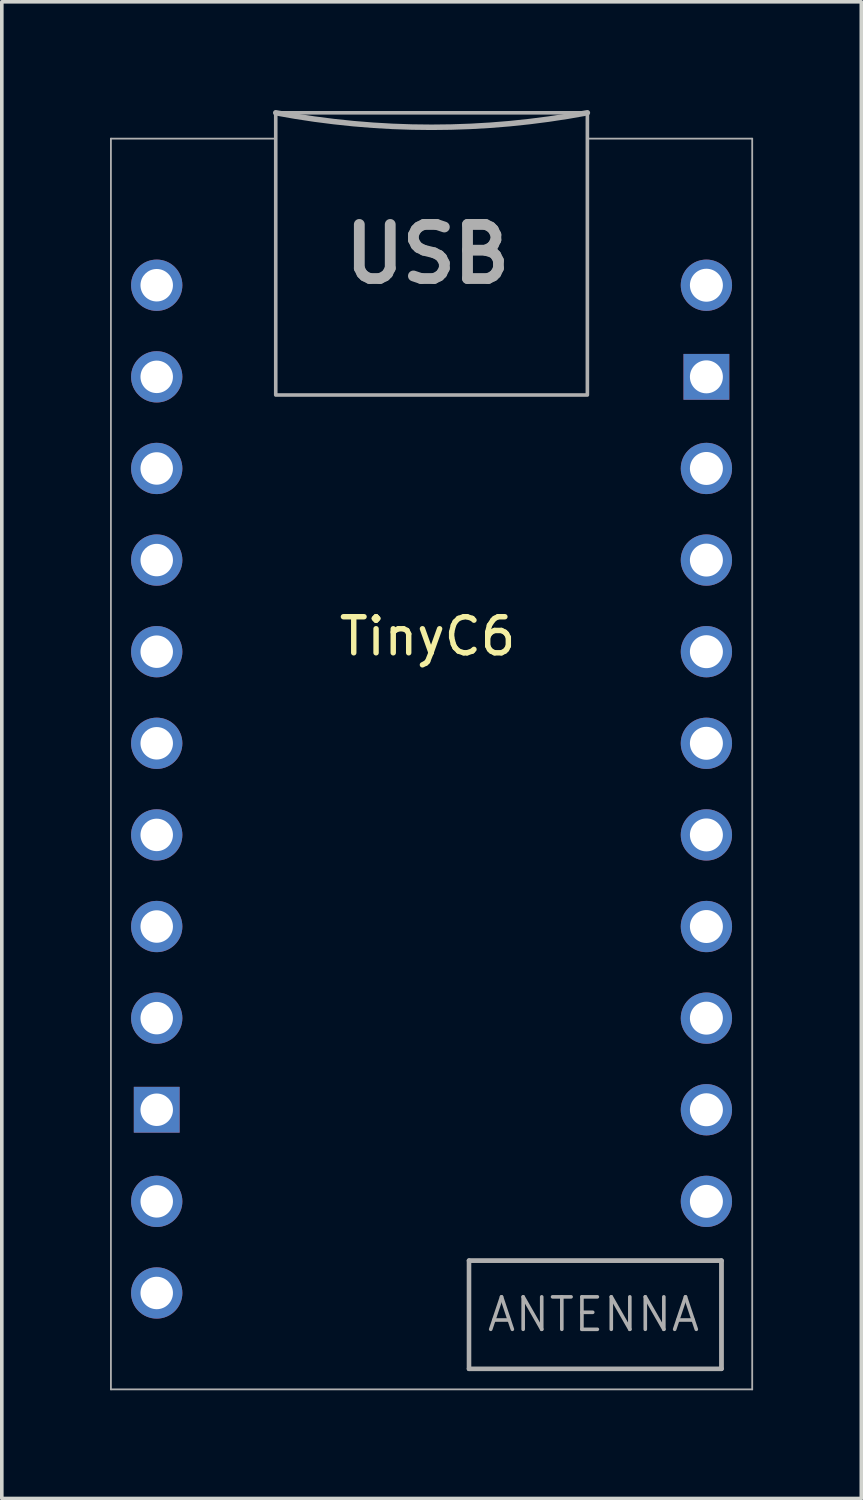
<source format=kicad_pcb>
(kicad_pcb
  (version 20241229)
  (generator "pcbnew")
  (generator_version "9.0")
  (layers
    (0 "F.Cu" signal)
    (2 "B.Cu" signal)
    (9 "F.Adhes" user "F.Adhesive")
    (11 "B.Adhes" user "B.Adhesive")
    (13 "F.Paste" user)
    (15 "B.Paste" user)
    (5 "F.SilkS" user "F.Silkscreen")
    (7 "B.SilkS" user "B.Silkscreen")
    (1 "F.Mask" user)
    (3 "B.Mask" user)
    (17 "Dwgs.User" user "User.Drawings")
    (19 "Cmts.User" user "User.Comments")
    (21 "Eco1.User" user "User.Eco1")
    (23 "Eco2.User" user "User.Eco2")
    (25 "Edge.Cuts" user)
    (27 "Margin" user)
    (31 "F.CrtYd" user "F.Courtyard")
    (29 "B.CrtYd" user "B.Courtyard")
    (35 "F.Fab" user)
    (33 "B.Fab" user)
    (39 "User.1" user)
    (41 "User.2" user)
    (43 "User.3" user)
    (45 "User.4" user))
  (footprint "TinyC6"
    (layer "F.Cu")
    (at 8.805 18.794)
    (property "Reference" "TinyC6" (at 0 -4.2 0) (unlocked yes) (layer "F.SilkS") (effects (font (size 1 1) (thickness 0.15))))
    (attr through_hole)
    (fp_line (start -8.78 16.677) (end -8.78 -18) (stroke (width 0.05) (type solid)) (layer "F.Fab"))
    (fp_line (start -4.21 -10.882) (end -4.21 -10.892) (stroke (width 0.01) (type solid)) (layer "F.Fab"))
    (fp_line (start -4.2 -18) (end -8.78 -18) (stroke (width 0.05) (type solid)) (layer "F.Fab"))
    (fp_line (start 1.148 13.107) (end 8.148 13.107) (stroke (width 0.127) (type solid)) (layer "F.Fab"))
    (fp_line (start 1.148 16.107) (end 1.148 13.107) (stroke (width 0.127) (type solid)) (layer "F.Fab"))
    (fp_line (start 4.43 -15.312) (end 4.43 -16.912) (stroke (width 0.01) (type solid)) (layer "F.Fab"))
    (fp_line (start 4.43 -10.882) (end 4.43 -10.892) (stroke (width 0.01) (type solid)) (layer "F.Fab"))
    (fp_line (start 8.148 13.107) (end 8.148 16.107) (stroke (width 0.127) (type solid)) (layer "F.Fab"))
    (fp_line (start 8.148 16.107) (end 1.148 16.107) (stroke (width 0.127) (type solid)) (layer "F.Fab"))
    (fp_line (start 9 -18) (end 4.42 -18) (stroke (width 0.05) (type solid)) (layer "F.Fab"))
    (fp_line (start 9 -18) (end 9 16.677) (stroke (width 0.05) (type solid)) (layer "F.Fab"))
    (fp_line (start 9 16.677) (end -8.78 16.677) (stroke (width 0.05) (type solid)) (layer "F.Fab"))
    (fp_rect (start 4.43 -18.717) (end -4.21 -10.892) (stroke (width 0.1) (type solid)) (fill no) (layer "F.Fab"))
    (fp_rect (start 8.148 13.107) (end 1.148 16.107) (stroke (width 0.1) (type solid)) (fill no) (layer "F.Fab"))
    (fp_rect (start 8.148 13.107) (end 1.148 16.107) (stroke (width 0.1) (type solid)) (fill no) (layer "F.Fab"))
    (fp_arc (start 4.43 -18.717425) (mid 0.11 -18.3151) (end -4.21 -18.717425) (stroke (width 0.1524) (type solid)) (layer "F.Fab"))
    (fp_text user "USB" (at 0 -14.8 0) (unlocked yes) (layer "F.Fab") (effects (font (size 1.5 1.5) (thickness 0.3))))
    (fp_text user "ANTENNA" (at 4.6 14.6 0) (unlocked yes) (layer "F.Fab") (effects (font (size 0.9 0.9) (thickness 0.1))))
    (pad "1" thru_hole circle (at 7.73 -13.936) (size 1.422 1.422) (drill 0.914) (layers "*.Cu" "*.Mask"))
    (pad "2" thru_hole rect (at 7.73 -11.396) (size 1.27 1.27) (drill 0.914) (layers "*.Cu" "*.Mask"))
    (pad "3" thru_hole circle (at 7.73 -8.856) (size 1.422 1.422) (drill 0.914) (layers "*.Cu" "*.Mask"))
    (pad "4" thru_hole circle (at 7.73 -6.316) (size 1.422 1.422) (drill 0.914) (layers "*.Cu" "*.Mask"))
    (pad "5" thru_hole circle (at 7.73 -3.776) (size 1.422 1.422) (drill 0.914) (layers "*.Cu" "*.Mask"))
    (pad "6" thru_hole circle (at 7.73 -1.236) (size 1.422 1.422) (drill 0.914) (layers "*.Cu" "*.Mask"))
    (pad "7" thru_hole circle (at 7.73 1.304) (size 1.422 1.422) (drill 0.914) (layers "*.Cu" "*.Mask"))
    (pad "8" thru_hole circle (at 7.73 3.844) (size 1.422 1.422) (drill 0.914) (layers "*.Cu" "*.Mask"))
    (pad "9" thru_hole circle (at 7.73 6.384) (size 1.422 1.422) (drill 0.914) (layers "*.Cu" "*.Mask"))
    (pad "10" thru_hole circle (at 7.73 8.924) (size 1.422 1.422) (drill 0.914) (layers "*.Cu" "*.Mask"))
    (pad "11" thru_hole circle (at 7.73 11.464) (size 1.422 1.422) (drill 0.914) (layers "*.Cu" "*.Mask"))
    (pad "12" thru_hole circle (at -7.51 14.004) (size 1.422 1.422) (drill 0.9) (layers "*.Cu" "*.Mask"))
    (pad "13" thru_hole circle (at -7.51 11.464) (size 1.422 1.422) (drill 0.9) (layers "*.Cu" "*.Mask"))
    (pad "14" thru_hole rect (at -7.51 8.924) (size 1.27 1.27) (drill 0.9) (layers "*.Cu" "*.Mask"))
    (pad "15" thru_hole circle (at -7.51 6.384) (size 1.422 1.422) (drill 0.9) (layers "*.Cu" "*.Mask"))
    (pad "16" thru_hole circle (at -7.51 3.844) (size 1.422 1.422) (drill 0.9) (layers "*.Cu" "*.Mask"))
    (pad "17" thru_hole circle (at -7.51 1.304) (size 1.422 1.422) (drill 0.9) (layers "*.Cu" "*.Mask"))
    (pad "18" thru_hole circle (at -7.51 -1.236) (size 1.422 1.422) (drill 0.9) (layers "*.Cu" "*.Mask"))
    (pad "19" thru_hole circle (at -7.51 -3.776) (size 1.422 1.422) (drill 0.9) (layers "*.Cu" "*.Mask"))
    (pad "20" thru_hole circle (at -7.51 -6.316) (size 1.422 1.422) (drill 0.9) (layers "*.Cu" "*.Mask"))
    (pad "21" thru_hole circle (at -7.51 -8.856) (size 1.422 1.422) (drill 0.9) (layers "*.Cu" "*.Mask"))
    (pad "22" thru_hole circle (at -7.51 -11.396) (size 1.422 1.422) (drill 0.9) (layers "*.Cu" "*.Mask"))
    (pad "23" thru_hole circle (at -7.51 -13.936) (size 1.422 1.422) (drill 0.9) (layers "*.Cu" "*.Mask")))
  (gr_rect
    (start -3 -3)
    (end 20.83 38.496)
    (stroke (width 0.1) (type default))
    (fill no)
    (layer "Edge.Cuts")))
</source>
